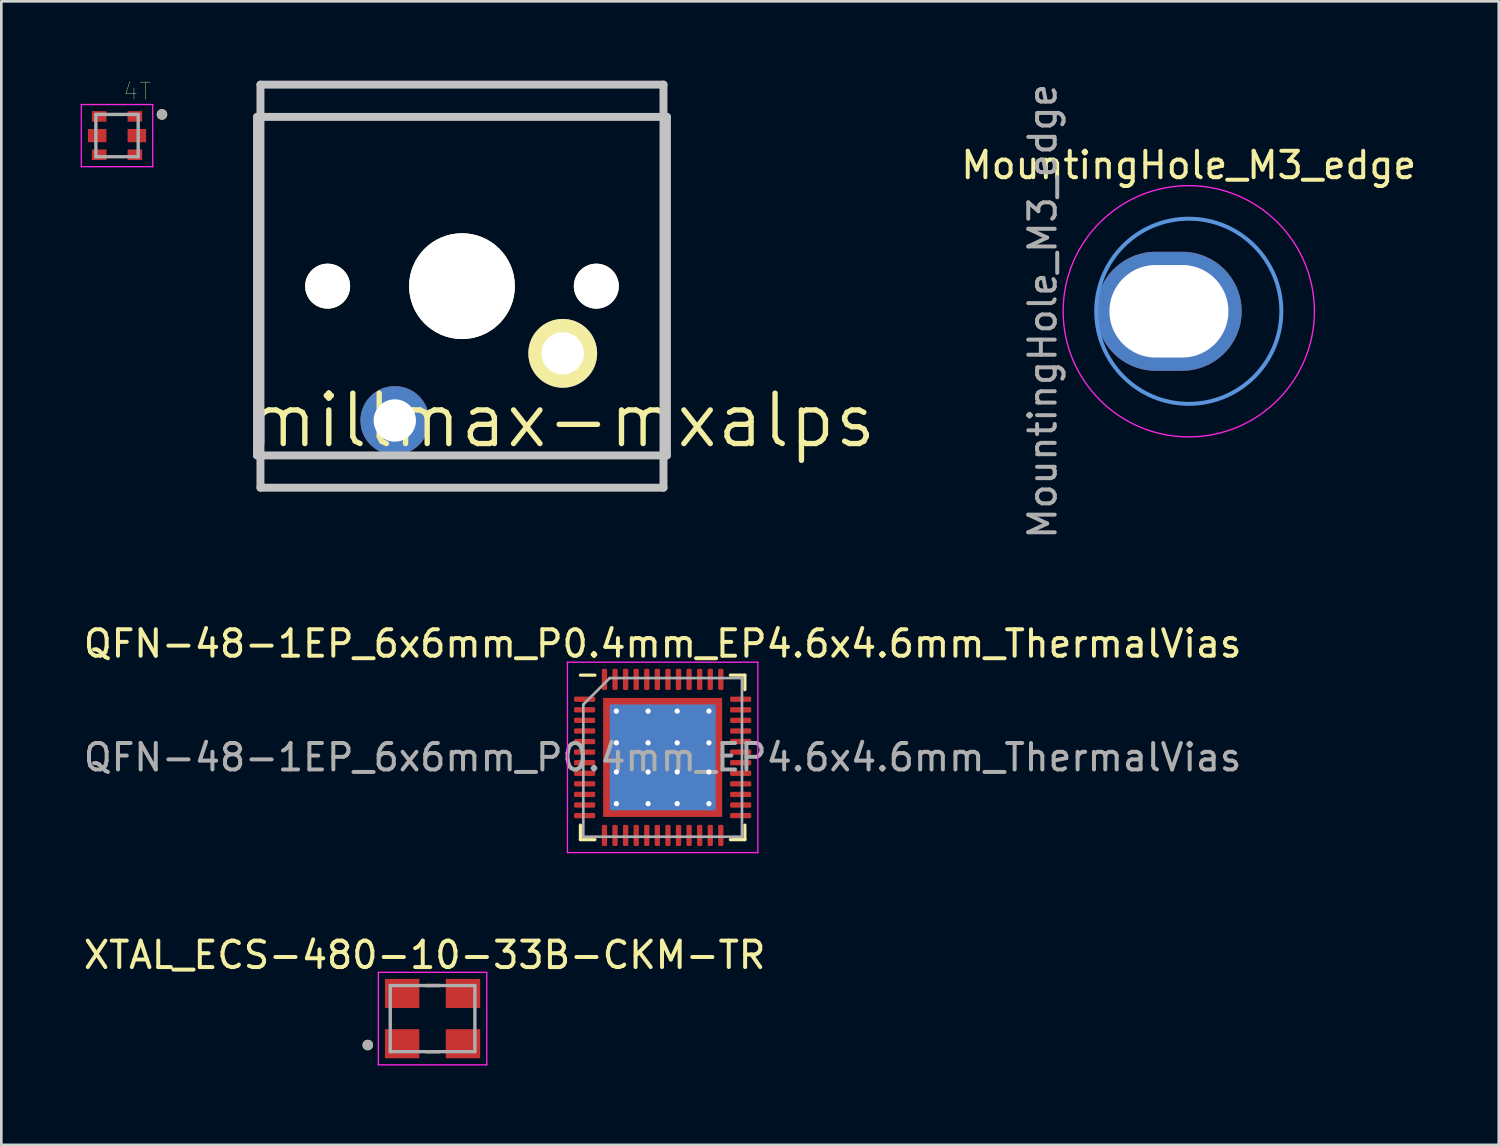
<source format=kicad_pcb>
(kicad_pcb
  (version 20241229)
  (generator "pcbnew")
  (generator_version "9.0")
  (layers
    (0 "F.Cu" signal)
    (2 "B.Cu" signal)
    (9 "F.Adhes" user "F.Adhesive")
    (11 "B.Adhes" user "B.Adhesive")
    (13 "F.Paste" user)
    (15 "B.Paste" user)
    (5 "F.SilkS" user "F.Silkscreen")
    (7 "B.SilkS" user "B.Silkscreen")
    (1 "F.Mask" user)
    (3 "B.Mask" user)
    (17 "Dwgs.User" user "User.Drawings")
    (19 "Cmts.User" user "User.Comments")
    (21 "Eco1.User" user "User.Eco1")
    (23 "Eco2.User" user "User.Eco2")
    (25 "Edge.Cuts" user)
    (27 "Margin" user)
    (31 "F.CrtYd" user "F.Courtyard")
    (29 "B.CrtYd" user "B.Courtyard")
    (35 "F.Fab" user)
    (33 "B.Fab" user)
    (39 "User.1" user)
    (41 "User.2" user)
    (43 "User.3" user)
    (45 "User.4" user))
  (footprint "QFN-48-1EP_6x6mm_P0.4mm_EP4.6x4.6mm_ThermalVias"
    (layer "F.Cu")
    (at 22.006 25.589)
    (property "Reference" "QFN-48-1EP_6x6mm_P0.4mm_EP4.6x4.6mm_ThermalVias" (at 0 -4.3 0) (layer "F.SilkS") (effects (font (size 1 1) (thickness 0.15))))
    (attr smd)
    (fp_line (start -3.11 3.11) (end -3.11 2.56) (stroke (width 0.12) (type solid)) (layer "F.SilkS"))
    (fp_line (start -2.56 -3.11) (end -3.11 -3.11) (stroke (width 0.12) (type solid)) (layer "F.SilkS"))
    (fp_line (start -2.56 3.11) (end -3.11 3.11) (stroke (width 0.12) (type solid)) (layer "F.SilkS"))
    (fp_line (start 2.56 -3.11) (end 3.11 -3.11) (stroke (width 0.12) (type solid)) (layer "F.SilkS"))
    (fp_line (start 2.56 3.11) (end 3.11 3.11) (stroke (width 0.12) (type solid)) (layer "F.SilkS"))
    (fp_line (start 3.11 -3.11) (end 3.11 -2.56) (stroke (width 0.12) (type solid)) (layer "F.SilkS"))
    (fp_line (start 3.11 3.11) (end 3.11 2.56) (stroke (width 0.12) (type solid)) (layer "F.SilkS"))
    (fp_line (start -3.6 -3.6) (end -3.6 3.6) (stroke (width 0.05) (type solid)) (layer "F.CrtYd"))
    (fp_line (start -3.6 3.6) (end 3.6 3.6) (stroke (width 0.05) (type solid)) (layer "F.CrtYd"))
    (fp_line (start 3.6 -3.6) (end -3.6 -3.6) (stroke (width 0.05) (type solid)) (layer "F.CrtYd"))
    (fp_line (start 3.6 3.6) (end 3.6 -3.6) (stroke (width 0.05) (type solid)) (layer "F.CrtYd"))
    (fp_line (start -3 -2) (end -2 -3) (stroke (width 0.1) (type solid)) (layer "F.Fab"))
    (fp_line (start -3 3) (end -3 -2) (stroke (width 0.1) (type solid)) (layer "F.Fab"))
    (fp_line (start -2 -3) (end 3 -3) (stroke (width 0.1) (type solid)) (layer "F.Fab"))
    (fp_line (start 3 -3) (end 3 3) (stroke (width 0.1) (type solid)) (layer "F.Fab"))
    (fp_line (start 3 3) (end -3 3) (stroke (width 0.1) (type solid)) (layer "F.Fab"))
    (fp_text user "${REFERENCE}" (at 0 0 0) (layer "F.Fab") (effects (font (size 1 1) (thickness 0.15))))
    (pad "" smd custom (at -2.05 -2.05) (size 0.272 0.272) (layers "F.Paste") (options (anchor circle)) (primitives (gr_poly (pts (xy -0.101 -0.101) (xy 0.101 -0.101) (xy 0.101 -0.026) (xy -0.026 0.101) (xy -0.101 0.101)) (width 0.202) (fill yes))))
    (pad "" smd custom (at -2.05 -1.2) (size 0.32 0.32) (layers "F.Paste") (options (anchor circle)) (primitives (gr_poly (pts (xy -0.118 -0.4) (xy 0.049 -0.4) (xy 0.118 -0.331) (xy 0.118 0.331) (xy 0.049 0.4) (xy -0.118 0.4)) (width 0.167) (fill yes))))
    (pad "" smd custom (at -2.05 0) (size 0.32 0.32) (layers "F.Paste") (options (anchor circle)) (primitives (gr_poly (pts (xy -0.118 -0.4) (xy 0.049 -0.4) (xy 0.118 -0.331) (xy 0.118 0.331) (xy 0.049 0.4) (xy -0.118 0.4)) (width 0.167) (fill yes))))
    (pad "" smd custom (at -2.05 1.2) (size 0.32 0.32) (layers "F.Paste") (options (anchor circle)) (primitives (gr_poly (pts (xy -0.118 -0.4) (xy 0.049 -0.4) (xy 0.118 -0.331) (xy 0.118 0.331) (xy 0.049 0.4) (xy -0.118 0.4)) (width 0.167) (fill yes))))
    (pad "" smd custom (at -2.05 2.05) (size 0.272 0.272) (layers "F.Paste") (options (anchor circle)) (primitives (gr_poly (pts (xy -0.101 -0.101) (xy -0.026 -0.101) (xy 0.101 0.026) (xy 0.101 0.101) (xy -0.101 0.101)) (width 0.202) (fill yes))))
    (pad "" smd custom (at -1.2 -2.05) (size 0.32 0.32) (layers "F.Paste") (options (anchor circle)) (primitives (gr_poly (pts (xy -0.4 -0.118) (xy 0.4 -0.118) (xy 0.4 0.049) (xy 0.331 0.118) (xy -0.331 0.118) (xy -0.4 0.049)) (width 0.167) (fill yes))))
    (pad "" smd roundrect (at -1.2 -1.2) (size 0.967 0.967) (layers "F.Paste") (roundrect_rratio 0.25))
    (pad "" smd roundrect (at -1.2 0) (size 0.967 0.967) (layers "F.Paste") (roundrect_rratio 0.25))
    (pad "" smd roundrect (at -1.2 1.2) (size 0.967 0.967) (layers "F.Paste") (roundrect_rratio 0.25))
    (pad "" smd custom (at -1.2 2.05) (size 0.32 0.32) (layers "F.Paste") (options (anchor circle)) (primitives (gr_poly (pts (xy -0.4 -0.049) (xy -0.331 -0.118) (xy 0.331 -0.118) (xy 0.4 -0.049) (xy 0.4 0.118) (xy -0.4 0.118)) (width 0.167) (fill yes))))
    (pad "" smd custom (at 0 -2.05) (size 0.32 0.32) (layers "F.Paste") (options (anchor circle)) (primitives (gr_poly (pts (xy -0.4 -0.118) (xy 0.4 -0.118) (xy 0.4 0.049) (xy 0.331 0.118) (xy -0.331 0.118) (xy -0.4 0.049)) (width 0.167) (fill yes))))
    (pad "" smd roundrect (at 0 -1.2) (size 0.967 0.967) (layers "F.Paste") (roundrect_rratio 0.25))
    (pad "" smd roundrect (at 0 0) (size 0.967 0.967) (layers "F.Paste") (roundrect_rratio 0.25))
    (pad "" smd roundrect (at 0 1.2) (size 0.967 0.967) (layers "F.Paste") (roundrect_rratio 0.25))
    (pad "" smd custom (at 0 2.05) (size 0.32 0.32) (layers "F.Paste") (options (anchor circle)) (primitives (gr_poly (pts (xy -0.4 -0.049) (xy -0.331 -0.118) (xy 0.331 -0.118) (xy 0.4 -0.049) (xy 0.4 0.118) (xy -0.4 0.118)) (width 0.167) (fill yes))))
    (pad "" smd custom (at 1.2 -2.05) (size 0.32 0.32) (layers "F.Paste") (options (anchor circle)) (primitives (gr_poly (pts (xy -0.4 -0.118) (xy 0.4 -0.118) (xy 0.4 0.049) (xy 0.331 0.118) (xy -0.331 0.118) (xy -0.4 0.049)) (width 0.167) (fill yes))))
    (pad "" smd roundrect (at 1.2 -1.2) (size 0.967 0.967) (layers "F.Paste") (roundrect_rratio 0.25))
    (pad "" smd roundrect (at 1.2 0) (size 0.967 0.967) (layers "F.Paste") (roundrect_rratio 0.25))
    (pad "" smd roundrect (at 1.2 1.2) (size 0.967 0.967) (layers "F.Paste") (roundrect_rratio 0.25))
    (pad "" smd custom (at 1.2 2.05) (size 0.32 0.32) (layers "F.Paste") (options (anchor circle)) (primitives (gr_poly (pts (xy -0.4 -0.049) (xy -0.331 -0.118) (xy 0.331 -0.118) (xy 0.4 -0.049) (xy 0.4 0.118) (xy -0.4 0.118)) (width 0.167) (fill yes))))
    (pad "" smd custom (at 2.05 -2.05) (size 0.272 0.272) (layers "F.Paste") (options (anchor circle)) (primitives (gr_poly (pts (xy -0.101 -0.101) (xy 0.101 -0.101) (xy 0.101 0.101) (xy 0.026 0.101) (xy -0.101 -0.026)) (width 0.202) (fill yes))))
    (pad "" smd custom (at 2.05 -1.2) (size 0.32 0.32) (layers "F.Paste") (options (anchor circle)) (primitives (gr_poly (pts (xy -0.118 -0.331) (xy -0.049 -0.4) (xy 0.118 -0.4) (xy 0.118 0.4) (xy -0.049 0.4) (xy -0.118 0.331)) (width 0.167) (fill yes))))
    (pad "" smd custom (at 2.05 0) (size 0.32 0.32) (layers "F.Paste") (options (anchor circle)) (primitives (gr_poly (pts (xy -0.118 -0.331) (xy -0.049 -0.4) (xy 0.118 -0.4) (xy 0.118 0.4) (xy -0.049 0.4) (xy -0.118 0.331)) (width 0.167) (fill yes))))
    (pad "" smd custom (at 2.05 1.2) (size 0.32 0.32) (layers "F.Paste") (options (anchor circle)) (primitives (gr_poly (pts (xy -0.118 -0.331) (xy -0.049 -0.4) (xy 0.118 -0.4) (xy 0.118 0.4) (xy -0.049 0.4) (xy -0.118 0.331)) (width 0.167) (fill yes))))
    (pad "" smd custom (at 2.05 2.05) (size 0.272 0.272) (layers "F.Paste") (options (anchor circle)) (primitives (gr_poly (pts (xy -0.101 0.026) (xy 0.026 -0.101) (xy 0.101 -0.101) (xy 0.101 0.101) (xy -0.101 0.101)) (width 0.202) (fill yes))))
    (pad "1" smd roundrect (at -2.95 -2.2) (size 0.8 0.2) (layers "F.Cu" "F.Mask" "F.Paste") (roundrect_rratio 0.25))
    (pad "2" smd roundrect (at -2.95 -1.8) (size 0.8 0.2) (layers "F.Cu" "F.Mask" "F.Paste") (roundrect_rratio 0.25))
    (pad "3" smd roundrect (at -2.95 -1.4) (size 0.8 0.2) (layers "F.Cu" "F.Mask" "F.Paste") (roundrect_rratio 0.25))
    (pad "4" smd roundrect (at -2.95 -1) (size 0.8 0.2) (layers "F.Cu" "F.Mask" "F.Paste") (roundrect_rratio 0.25))
    (pad "5" smd roundrect (at -2.95 -0.6) (size 0.8 0.2) (layers "F.Cu" "F.Mask" "F.Paste") (roundrect_rratio 0.25))
    (pad "6" smd roundrect (at -2.95 -0.2) (size 0.8 0.2) (layers "F.Cu" "F.Mask" "F.Paste") (roundrect_rratio 0.25))
    (pad "7" smd roundrect (at -2.95 0.2) (size 0.8 0.2) (layers "F.Cu" "F.Mask" "F.Paste") (roundrect_rratio 0.25))
    (pad "8" smd roundrect (at -2.95 0.6) (size 0.8 0.2) (layers "F.Cu" "F.Mask" "F.Paste") (roundrect_rratio 0.25))
    (pad "9" smd roundrect (at -2.95 1) (size 0.8 0.2) (layers "F.Cu" "F.Mask" "F.Paste") (roundrect_rratio 0.25))
    (pad "10" smd roundrect (at -2.95 1.4) (size 0.8 0.2) (layers "F.Cu" "F.Mask" "F.Paste") (roundrect_rratio 0.25))
    (pad "11" smd roundrect (at -2.95 1.8) (size 0.8 0.2) (layers "F.Cu" "F.Mask" "F.Paste") (roundrect_rratio 0.25))
    (pad "12" smd roundrect (at -2.95 2.2) (size 0.8 0.2) (layers "F.Cu" "F.Mask" "F.Paste") (roundrect_rratio 0.25))
    (pad "13" smd roundrect (at -2.2 2.95) (size 0.2 0.8) (layers "F.Cu" "F.Mask" "F.Paste") (roundrect_rratio 0.25))
    (pad "14" smd roundrect (at -1.8 2.95) (size 0.2 0.8) (layers "F.Cu" "F.Mask" "F.Paste") (roundrect_rratio 0.25))
    (pad "15" smd roundrect (at -1.4 2.95) (size 0.2 0.8) (layers "F.Cu" "F.Mask" "F.Paste") (roundrect_rratio 0.25))
    (pad "16" smd roundrect (at -1 2.95) (size 0.2 0.8) (layers "F.Cu" "F.Mask" "F.Paste") (roundrect_rratio 0.25))
    (pad "17" smd roundrect (at -0.6 2.95) (size 0.2 0.8) (layers "F.Cu" "F.Mask" "F.Paste") (roundrect_rratio 0.25))
    (pad "18" smd roundrect (at -0.2 2.95) (size 0.2 0.8) (layers "F.Cu" "F.Mask" "F.Paste") (roundrect_rratio 0.25))
    (pad "19" smd roundrect (at 0.2 2.95) (size 0.2 0.8) (layers "F.Cu" "F.Mask" "F.Paste") (roundrect_rratio 0.25))
    (pad "20" smd roundrect (at 0.6 2.95) (size 0.2 0.8) (layers "F.Cu" "F.Mask" "F.Paste") (roundrect_rratio 0.25))
    (pad "21" smd roundrect (at 1 2.95) (size 0.2 0.8) (layers "F.Cu" "F.Mask" "F.Paste") (roundrect_rratio 0.25))
    (pad "22" smd roundrect (at 1.4 2.95) (size 0.2 0.8) (layers "F.Cu" "F.Mask" "F.Paste") (roundrect_rratio 0.25))
    (pad "23" smd roundrect (at 1.8 2.95) (size 0.2 0.8) (layers "F.Cu" "F.Mask" "F.Paste") (roundrect_rratio 0.25))
    (pad "24" smd roundrect (at 2.2 2.95) (size 0.2 0.8) (layers "F.Cu" "F.Mask" "F.Paste") (roundrect_rratio 0.25))
    (pad "25" smd roundrect (at 2.95 2.2) (size 0.8 0.2) (layers "F.Cu" "F.Mask" "F.Paste") (roundrect_rratio 0.25))
    (pad "26" smd roundrect (at 2.95 1.8) (size 0.8 0.2) (layers "F.Cu" "F.Mask" "F.Paste") (roundrect_rratio 0.25))
    (pad "27" smd roundrect (at 2.95 1.4) (size 0.8 0.2) (layers "F.Cu" "F.Mask" "F.Paste") (roundrect_rratio 0.25))
    (pad "28" smd roundrect (at 2.95 1) (size 0.8 0.2) (layers "F.Cu" "F.Mask" "F.Paste") (roundrect_rratio 0.25))
    (pad "29" smd roundrect (at 2.95 0.6) (size 0.8 0.2) (layers "F.Cu" "F.Mask" "F.Paste") (roundrect_rratio 0.25))
    (pad "30" smd roundrect (at 2.95 0.2) (size 0.8 0.2) (layers "F.Cu" "F.Mask" "F.Paste") (roundrect_rratio 0.25))
    (pad "31" smd roundrect (at 2.95 -0.2) (size 0.8 0.2) (layers "F.Cu" "F.Mask" "F.Paste") (roundrect_rratio 0.25))
    (pad "32" smd roundrect (at 2.95 -0.6) (size 0.8 0.2) (layers "F.Cu" "F.Mask" "F.Paste") (roundrect_rratio 0.25))
    (pad "33" smd roundrect (at 2.95 -1) (size 0.8 0.2) (layers "F.Cu" "F.Mask" "F.Paste") (roundrect_rratio 0.25))
    (pad "34" smd roundrect (at 2.95 -1.4) (size 0.8 0.2) (layers "F.Cu" "F.Mask" "F.Paste") (roundrect_rratio 0.25))
    (pad "35" smd roundrect (at 2.95 -1.8) (size 0.8 0.2) (layers "F.Cu" "F.Mask" "F.Paste") (roundrect_rratio 0.25))
    (pad "36" smd roundrect (at 2.95 -2.2) (size 0.8 0.2) (layers "F.Cu" "F.Mask" "F.Paste") (roundrect_rratio 0.25))
    (pad "37" smd roundrect (at 2.2 -2.95) (size 0.2 0.8) (layers "F.Cu" "F.Mask" "F.Paste") (roundrect_rratio 0.25))
    (pad "38" smd roundrect (at 1.8 -2.95) (size 0.2 0.8) (layers "F.Cu" "F.Mask" "F.Paste") (roundrect_rratio 0.25))
    (pad "39" smd roundrect (at 1.4 -2.95) (size 0.2 0.8) (layers "F.Cu" "F.Mask" "F.Paste") (roundrect_rratio 0.25))
    (pad "40" smd roundrect (at 1 -2.95) (size 0.2 0.8) (layers "F.Cu" "F.Mask" "F.Paste") (roundrect_rratio 0.25))
    (pad "41" smd roundrect (at 0.6 -2.95) (size 0.2 0.8) (layers "F.Cu" "F.Mask" "F.Paste") (roundrect_rratio 0.25))
    (pad "42" smd roundrect (at 0.2 -2.95) (size 0.2 0.8) (layers "F.Cu" "F.Mask" "F.Paste") (roundrect_rratio 0.25))
    (pad "43" smd roundrect (at -0.2 -2.95) (size 0.2 0.8) (layers "F.Cu" "F.Mask" "F.Paste") (roundrect_rratio 0.25))
    (pad "44" smd roundrect (at -0.6 -2.95) (size 0.2 0.8) (layers "F.Cu" "F.Mask" "F.Paste") (roundrect_rratio 0.25))
    (pad "45" smd roundrect (at -1 -2.95) (size 0.2 0.8) (layers "F.Cu" "F.Mask" "F.Paste") (roundrect_rratio 0.25))
    (pad "46" smd roundrect (at -1.4 -2.95) (size 0.2 0.8) (layers "F.Cu" "F.Mask" "F.Paste") (roundrect_rratio 0.25))
    (pad "47" smd roundrect (at -1.8 -2.95) (size 0.2 0.8) (layers "F.Cu" "F.Mask" "F.Paste") (roundrect_rratio 0.25))
    (pad "48" smd roundrect (at -2.2 -2.95) (size 0.2 0.8) (layers "F.Cu" "F.Mask" "F.Paste") (roundrect_rratio 0.25))
    (pad "49" thru_hole circle (at -1.75 -1.75) (size 0.5 0.5) (drill 0.2) (layers "*.Cu"))
    (pad "49" thru_hole circle (at -1.75 -0.55) (size 0.5 0.5) (drill 0.2) (layers "*.Cu"))
    (pad "49" thru_hole circle (at -1.75 0.55) (size 0.5 0.5) (drill 0.2) (layers "*.Cu"))
    (pad "49" thru_hole circle (at -1.75 1.75) (size 0.5 0.5) (drill 0.2) (layers "*.Cu"))
    (pad "49" thru_hole circle (at -0.55 -1.75) (size 0.5 0.5) (drill 0.2) (layers "*.Cu"))
    (pad "49" thru_hole circle (at -0.55 -0.55) (size 0.5 0.5) (drill 0.2) (layers "*.Cu"))
    (pad "49" thru_hole circle (at -0.55 0.55) (size 0.5 0.5) (drill 0.2) (layers "*.Cu"))
    (pad "49" thru_hole circle (at -0.55 1.75) (size 0.5 0.5) (drill 0.2) (layers "*.Cu"))
    (pad "49" smd rect (at 0 0) (size 4 4) (layers "B.Cu"))
    (pad "49" smd rect (at 0 0) (size 4.5 4.5) (layers "F.Cu" "F.Mask"))
    (pad "49" thru_hole circle (at 0.55 -1.75) (size 0.5 0.5) (drill 0.2) (layers "*.Cu"))
    (pad "49" thru_hole circle (at 0.55 -0.55) (size 0.5 0.5) (drill 0.2) (layers "*.Cu"))
    (pad "49" thru_hole circle (at 0.55 0.55) (size 0.5 0.5) (drill 0.2) (layers "*.Cu"))
    (pad "49" thru_hole circle (at 0.55 1.75) (size 0.5 0.5) (drill 0.2) (layers "*.Cu"))
    (pad "49" thru_hole circle (at 1.75 -1.75) (size 0.5 0.5) (drill 0.2) (layers "*.Cu"))
    (pad "49" thru_hole circle (at 1.75 -0.55) (size 0.5 0.5) (drill 0.2) (layers "*.Cu"))
    (pad "49" thru_hole circle (at 1.75 0.55) (size 0.5 0.5) (drill 0.2) (layers "*.Cu"))
    (pad "49" thru_hole circle (at 1.75 1.75) (size 0.5 0.5) (drill 0.2) (layers "*.Cu")))
  (footprint "millmax-mxalps"
    (layer "F.Cu")
    (at 14.418 7.77)
    (property "Reference" "millmax-mxalps" (at 3.81 5.08 180) (layer "F.SilkS") (effects (font (size 1.905 1.905) (thickness 0.203))))
    (attr through_hole)
    (fp_line (start -7.75 -6.4) (end -7.75 6.4) (stroke (width 0.3) (type solid)) (layer "Dwgs.User"))
    (fp_line (start -7.75 6.4) (end 7.75 6.4) (stroke (width 0.3) (type solid)) (layer "Dwgs.User"))
    (fp_line (start -7.62 -7.62) (end 7.62 -7.62) (stroke (width 0.3) (type solid)) (layer "Dwgs.User"))
    (fp_line (start -7.62 7.62) (end -7.62 -7.62) (stroke (width 0.3) (type solid)) (layer "Dwgs.User"))
    (fp_line (start 7.62 -7.62) (end 7.62 7.62) (stroke (width 0.3) (type solid)) (layer "Dwgs.User"))
    (fp_line (start 7.62 7.62) (end -7.62 7.62) (stroke (width 0.3) (type solid)) (layer "Dwgs.User"))
    (fp_line (start 7.75 -6.4) (end -7.75 -6.4) (stroke (width 0.3) (type solid)) (layer "Dwgs.User"))
    (fp_line (start 7.75 -6.4) (end 7.75 6.4) (stroke (width 0.3) (type solid)) (layer "Dwgs.User"))
    (pad "" np_thru_hole circle (at -5.08 0 180) (size 1.7 1.7) (drill 1.7) (layers "*.Cu" "*.Mask" "F.SilkS"))
    (pad "" np_thru_hole circle (at 0 0 180) (size 4 4) (drill 4) (layers "*.Cu" "*.Mask" "F.SilkS"))
    (pad "" np_thru_hole circle (at 5.08 0 180) (size 1.7 1.7) (drill 1.7) (layers "*.Cu" "*.Mask" "F.SilkS"))
    (pad "1" thru_hole circle (at 3.81 2.54 180) (size 2.6 2.6) (drill 1.6) (layers "*.Cu" "*.Mask" "F.SilkS"))
    (pad "2" thru_hole circle (at -2.54 5.08 180) (size 2.6 2.6) (drill 1.6) (layers "*.Cu" "*.Mask")))
  (footprint "4T"
    (layer "F.Cu")
    (at 1.375 2.077)
    (property "Reference" "4T" (at 0.762 -1.676 0) (layer "F.SilkS") (effects (font (size 0.64 0.64) (thickness 0.015))))
    (attr through_hole)
    (fp_circle (center 1.7 -0.8) (end 1.8 -0.8) (stroke (width 0.2) (type solid)) (fill no) (layer "F.SilkS"))
    (fp_line (start -1.35 -1.175) (end 1.35 -1.175) (stroke (width 0.05) (type solid)) (layer "F.CrtYd"))
    (fp_line (start -1.35 1.175) (end -1.35 -1.175) (stroke (width 0.05) (type solid)) (layer "F.CrtYd"))
    (fp_line (start 1.35 -1.175) (end 1.35 1.175) (stroke (width 0.05) (type solid)) (layer "F.CrtYd"))
    (fp_line (start 1.35 1.175) (end -1.35 1.175) (stroke (width 0.05) (type solid)) (layer "F.CrtYd"))
    (fp_line (start -0.8 -0.8) (end 0.8 -0.8) (stroke (width 0.127) (type solid)) (layer "F.Fab"))
    (fp_line (start -0.8 0.8) (end -0.8 -0.8) (stroke (width 0.127) (type solid)) (layer "F.Fab"))
    (fp_line (start 0.8 -0.8) (end 0.8 0.8) (stroke (width 0.127) (type solid)) (layer "F.Fab"))
    (fp_line (start 0.8 0.8) (end -0.8 0.8) (stroke (width 0.127) (type solid)) (layer "F.Fab"))
    (fp_circle (center 1.7 -0.8) (end 1.8 -0.8) (stroke (width 0.2) (type solid)) (fill no) (layer "F.Fab"))
    (pad "1" smd rect (at 0.675 -0.725) (size 0.55 0.4) (layers "F.Cu" "F.Mask" "F.Paste"))
    (pad "2" smd rect (at -0.675 -0.725) (size 0.55 0.4) (layers "F.Cu" "F.Mask" "F.Paste"))
    (pad "3" smd rect (at 0.75 0) (size 0.7 0.5) (layers "F.Cu" "F.Mask" "F.Paste"))
    (pad "4" smd rect (at -0.75 0) (size 0.7 0.5) (layers "F.Cu" "F.Mask" "F.Paste"))
    (pad "5" smd rect (at 0.675 0.725) (size 0.55 0.4) (layers "F.Cu" "F.Mask" "F.Paste"))
    (pad "6" smd rect (at -0.675 0.725) (size 0.55 0.4) (layers "F.Cu" "F.Mask" "F.Paste")))
  (footprint "MountingHole_M3_edge"
    (layer "F.Cu")
    (at 41.9 8.72)
    (property "Reference" "MountingHole_M3_edge" (at 0 -5.524 0) (layer "F.SilkS") (effects (font (size 1 1) (thickness 0.15))))
    (attr exclude_from_pos_files exclude_from_bom)
    (fp_circle (center 0 0) (end 3.5 0) (stroke (width 0.15) (type solid)) (fill no) (layer "Cmts.User"))
    (fp_circle (center 0 0) (end 4.75 0) (stroke (width 0.05) (type solid)) (fill no) (layer "F.CrtYd"))
    (fp_text user "${REFERENCE}" (at -5.524 0 90) (layer "F.Fab") (effects (font (size 1 1) (thickness 0.15))))
    (pad "1" thru_hole oval (at -0.75 0) (size 5.5 4.5) (drill oval 4.5 3.5) (layers "*.Cu" "*.Mask")))
  (footprint "XTAL_ECS-480-10-33B-CKM-TR"
    (layer "F.Cu")
    (at 13.306 35.465)
    (property "Reference" "XTAL_ECS-480-10-33B-CKM-TR" (at -0.3 -2.403 0) (layer "F.SilkS") (effects (font (size 1 1) (thickness 0.15))))
    (attr through_hole)
    (fp_line (start -0.25 -1.25) (end 0.25 -1.25) (stroke (width 0.127) (type solid)) (layer "F.SilkS"))
    (fp_line (start 0.25 1.25) (end -0.25 1.25) (stroke (width 0.127) (type solid)) (layer "F.SilkS"))
    (fp_circle (center -2.45 1) (end -2.35 1) (stroke (width 0.2) (type solid)) (fill no) (layer "F.SilkS"))
    (fp_line (start -2.05 -1.75) (end 2.05 -1.75) (stroke (width 0.05) (type solid)) (layer "F.CrtYd"))
    (fp_line (start -2.05 1.75) (end -2.05 -1.75) (stroke (width 0.05) (type solid)) (layer "F.CrtYd"))
    (fp_line (start 2.05 -1.75) (end 2.05 1.75) (stroke (width 0.05) (type solid)) (layer "F.CrtYd"))
    (fp_line (start 2.05 1.75) (end -2.05 1.75) (stroke (width 0.05) (type solid)) (layer "F.CrtYd"))
    (fp_line (start -1.6 -1.25) (end 1.6 -1.25) (stroke (width 0.127) (type solid)) (layer "F.Fab"))
    (fp_line (start -1.6 1.25) (end -1.6 -1.25) (stroke (width 0.127) (type solid)) (layer "F.Fab"))
    (fp_line (start 1.6 -1.25) (end 1.6 1.25) (stroke (width 0.127) (type solid)) (layer "F.Fab"))
    (fp_line (start 1.6 1.25) (end -1.6 1.25) (stroke (width 0.127) (type solid)) (layer "F.Fab"))
    (fp_circle (center -2.45 1) (end -2.35 1) (stroke (width 0.2) (type solid)) (fill no) (layer "F.Fab"))
    (pad "1" smd rect (at -1.15 0.95) (size 1.3 1.1) (layers "F.Cu" "F.Mask" "F.Paste"))
    (pad "2" smd rect (at 1.15 0.95) (size 1.3 1.1) (layers "F.Cu" "F.Mask" "F.Paste"))
    (pad "3" smd rect (at 1.15 -0.95) (size 1.3 1.1) (layers "F.Cu" "F.Mask" "F.Paste"))
    (pad "4" smd rect (at -1.15 -0.95) (size 1.3 1.1) (layers "F.Cu" "F.Mask" "F.Paste")))
  (gr_rect
    (start -3 -3)
    (end 53.621 40.24)
    (stroke (width 0.1) (type default))
    (fill no)
    (layer "Edge.Cuts")))
</source>
